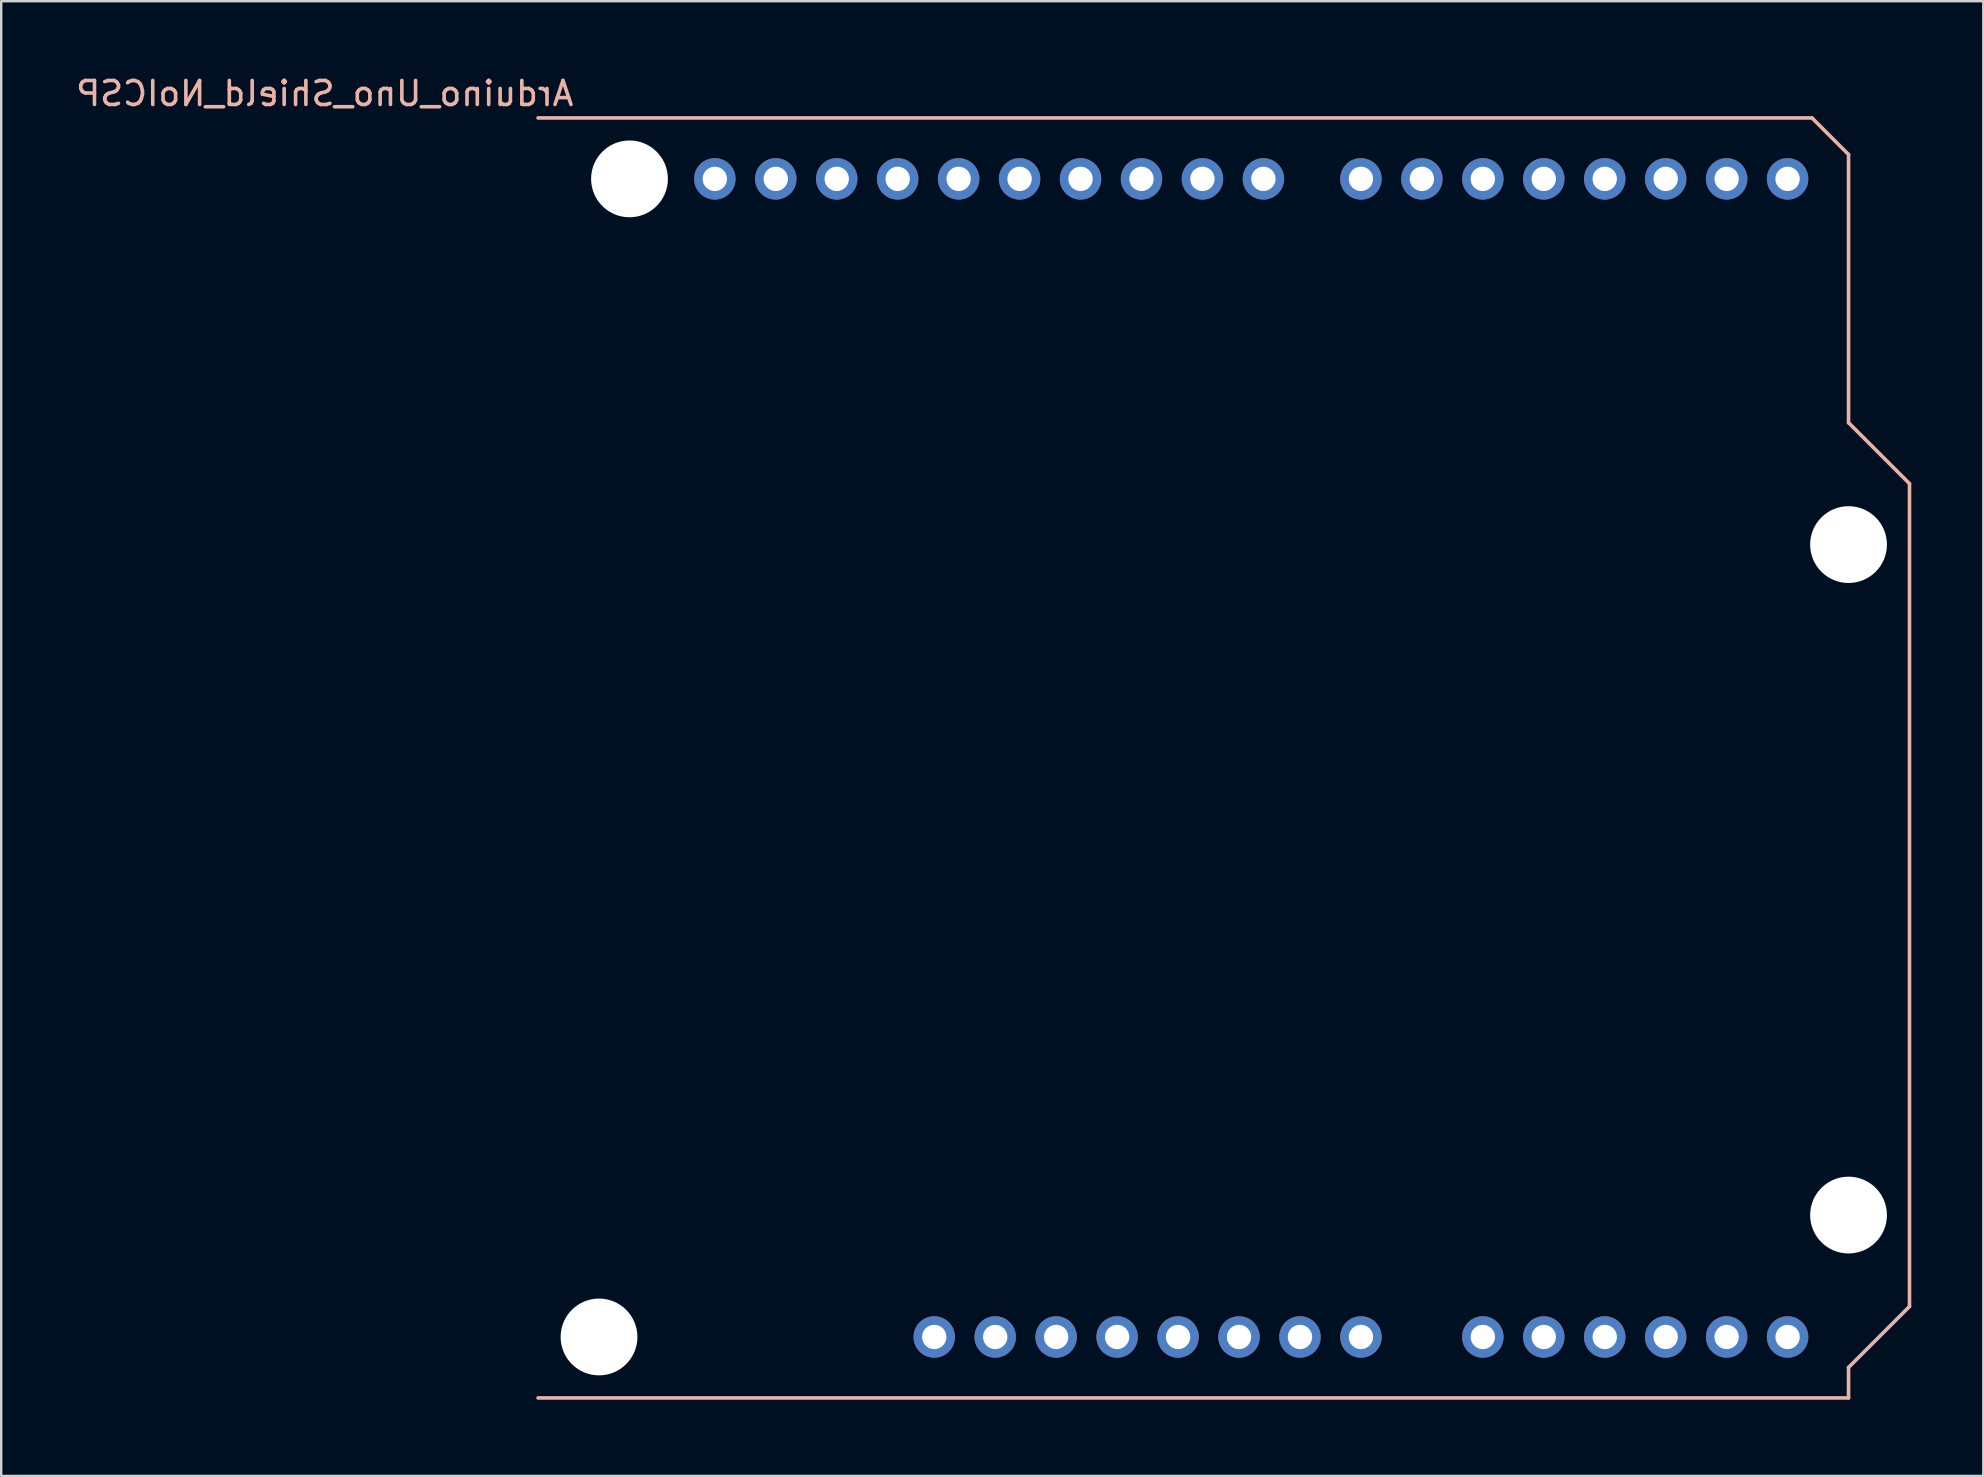
<source format=kicad_pcb>
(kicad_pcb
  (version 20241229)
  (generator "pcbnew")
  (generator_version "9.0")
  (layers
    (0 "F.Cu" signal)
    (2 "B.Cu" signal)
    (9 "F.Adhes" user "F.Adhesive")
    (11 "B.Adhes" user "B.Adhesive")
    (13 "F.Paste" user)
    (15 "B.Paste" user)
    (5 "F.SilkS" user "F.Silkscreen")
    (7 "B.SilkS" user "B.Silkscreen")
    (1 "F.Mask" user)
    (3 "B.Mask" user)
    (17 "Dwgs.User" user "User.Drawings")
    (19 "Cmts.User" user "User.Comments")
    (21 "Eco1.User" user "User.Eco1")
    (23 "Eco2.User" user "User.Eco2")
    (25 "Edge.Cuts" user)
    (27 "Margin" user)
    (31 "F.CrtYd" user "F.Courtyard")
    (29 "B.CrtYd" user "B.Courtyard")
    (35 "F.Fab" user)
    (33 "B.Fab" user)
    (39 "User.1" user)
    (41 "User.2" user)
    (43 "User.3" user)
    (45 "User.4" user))
  (footprint "Arduino_Uno_Shield_NoICSP"
    (layer "F.Cu")
    (at 7.942 55.204)
    (property "Reference" "Arduino_Uno_Shield_NoICSP" (at 2.54 -54.356 0) (layer "B.SilkS") (effects (font (size 1 1) (thickness 0.15)) (justify mirror)))
    (attr through_hole)
    (fp_line (start 11.43 -53.34) (end 64.516 -53.34) (stroke (width 0.15) (type solid)) (layer "B.SilkS"))
    (fp_line (start 11.43 0) (end 66.04 0) (stroke (width 0.15) (type solid)) (layer "B.SilkS"))
    (fp_line (start 64.516 -53.34) (end 66.04 -51.816) (stroke (width 0.15) (type solid)) (layer "B.SilkS"))
    (fp_line (start 66.04 -40.64) (end 66.04 -51.816) (stroke (width 0.15) (type solid)) (layer "B.SilkS"))
    (fp_line (start 66.04 -1.27) (end 68.58 -3.81) (stroke (width 0.15) (type solid)) (layer "B.SilkS"))
    (fp_line (start 66.04 0) (end 66.04 -1.27) (stroke (width 0.15) (type solid)) (layer "B.SilkS"))
    (fp_line (start 68.58 -38.1) (end 66.04 -40.64) (stroke (width 0.15) (type solid)) (layer "B.SilkS"))
    (fp_line (start 68.58 -3.81) (end 68.58 -38.1) (stroke (width 0.15) (type solid)) (layer "B.SilkS"))
    (pad "" np_thru_hole circle (at 13.97 -2.54) (size 3.2 3.2) (drill 3.2) (layers "*.Cu" "*.Mask"))
    (pad "" np_thru_hole circle (at 15.24 -50.8) (size 3.2 3.2) (drill 3.2) (layers "*.Cu" "*.Mask"))
    (pad "" thru_hole oval (at 27.94 -2.54) (size 1.727 1.727) (drill 1.016) (layers "*.Cu" "*.Mask"))
    (pad "" np_thru_hole circle (at 66.04 -35.56) (size 3.2 3.2) (drill 3.2) (layers "*.Cu" "*.Mask"))
    (pad "" np_thru_hole circle (at 66.04 -7.62) (size 3.2 3.2) (drill 3.2) (layers "*.Cu" "*.Mask"))
    (pad "3V3" thru_hole oval (at 35.56 -2.54) (size 1.727 1.727) (drill 1.016) (layers "*.Cu" "*.Mask"))
    (pad "5V1" thru_hole oval (at 38.1 -2.54) (size 1.727 1.727) (drill 1.016) (layers "*.Cu" "*.Mask"))
    (pad "A0" thru_hole oval (at 50.8 -2.54) (size 1.727 1.727) (drill 1.016) (layers "*.Cu" "*.Mask"))
    (pad "A1" thru_hole oval (at 53.34 -2.54) (size 1.727 1.727) (drill 1.016) (layers "*.Cu" "*.Mask"))
    (pad "A2" thru_hole oval (at 55.88 -2.54) (size 1.727 1.727) (drill 1.016) (layers "*.Cu" "*.Mask"))
    (pad "A3" thru_hole oval (at 58.42 -2.54) (size 1.727 1.727) (drill 1.016) (layers "*.Cu" "*.Mask"))
    (pad "A4" thru_hole oval (at 60.96 -2.54) (size 1.727 1.727) (drill 1.016) (layers "*.Cu" "*.Mask"))
    (pad "A5" thru_hole oval (at 63.5 -2.54) (size 1.727 1.727) (drill 1.016) (layers "*.Cu" "*.Mask"))
    (pad "AREF" thru_hole oval (at 23.876 -50.8) (size 1.727 1.727) (drill 1.016) (layers "*.Cu" "*.Mask"))
    (pad "D0" thru_hole oval (at 63.5 -50.8) (size 1.727 1.727) (drill 1.016) (layers "*.Cu" "*.Mask"))
    (pad "D1" thru_hole oval (at 60.96 -50.8) (size 1.727 1.727) (drill 1.016) (layers "*.Cu" "*.Mask"))
    (pad "D2" thru_hole oval (at 58.42 -50.8) (size 1.727 1.727) (drill 1.016) (layers "*.Cu" "*.Mask"))
    (pad "D3" thru_hole oval (at 55.88 -50.8) (size 1.727 1.727) (drill 1.016) (layers "*.Cu" "*.Mask"))
    (pad "D4" thru_hole oval (at 53.34 -50.8) (size 1.727 1.727) (drill 1.016) (layers "*.Cu" "*.Mask"))
    (pad "D5" thru_hole oval (at 50.8 -50.8) (size 1.727 1.727) (drill 1.016) (layers "*.Cu" "*.Mask"))
    (pad "D6" thru_hole oval (at 48.26 -50.8) (size 1.727 1.727) (drill 1.016) (layers "*.Cu" "*.Mask"))
    (pad "D7" thru_hole oval (at 45.72 -50.8) (size 1.727 1.727) (drill 1.016) (layers "*.Cu" "*.Mask"))
    (pad "D8" thru_hole oval (at 41.656 -50.8) (size 1.727 1.727) (drill 1.016) (layers "*.Cu" "*.Mask"))
    (pad "D9" thru_hole oval (at 39.116 -50.8) (size 1.727 1.727) (drill 1.016) (layers "*.Cu" "*.Mask"))
    (pad "D10" thru_hole oval (at 36.576 -50.8) (size 1.727 1.727) (drill 1.016) (layers "*.Cu" "*.Mask"))
    (pad "D11" thru_hole oval (at 34.036 -50.8) (size 1.727 1.727) (drill 1.016) (layers "*.Cu" "*.Mask"))
    (pad "D12" thru_hole oval (at 31.496 -50.8) (size 1.727 1.727) (drill 1.016) (layers "*.Cu" "*.Mask"))
    (pad "D13" thru_hole oval (at 28.956 -50.8) (size 1.727 1.727) (drill 1.016) (layers "*.Cu" "*.Mask"))
    (pad "GND1" thru_hole oval (at 26.416 -50.8) (size 1.727 1.727) (drill 1.016) (layers "*.Cu" "*.Mask"))
    (pad "GND2" thru_hole oval (at 40.64 -2.54) (size 1.727 1.727) (drill 1.016) (layers "*.Cu" "*.Mask"))
    (pad "GND3" thru_hole oval (at 43.18 -2.54) (size 1.727 1.727) (drill 1.016) (layers "*.Cu" "*.Mask"))
    (pad "IORF" thru_hole oval (at 30.48 -2.54) (size 1.727 1.727) (drill 1.016) (layers "*.Cu" "*.Mask"))
    (pad "RST1" thru_hole oval (at 33.02 -2.54) (size 1.727 1.727) (drill 1.016) (layers "*.Cu" "*.Mask"))
    (pad "SCL" thru_hole oval (at 18.796 -50.8) (size 1.727 1.727) (drill 1.016) (layers "*.Cu" "*.Mask"))
    (pad "SDA" thru_hole oval (at 21.336 -50.8) (size 1.727 1.727) (drill 1.016) (layers "*.Cu" "*.Mask"))
    (pad "VIN" thru_hole oval (at 45.72 -2.54) (size 1.727 1.727) (drill 1.016) (layers "*.Cu" "*.Mask")))
  (gr_rect
    (start -3 -3)
    (end 79.597 58.454)
    (stroke (width 0.1) (type default))
    (fill no)
    (layer "Edge.Cuts")))
</source>
